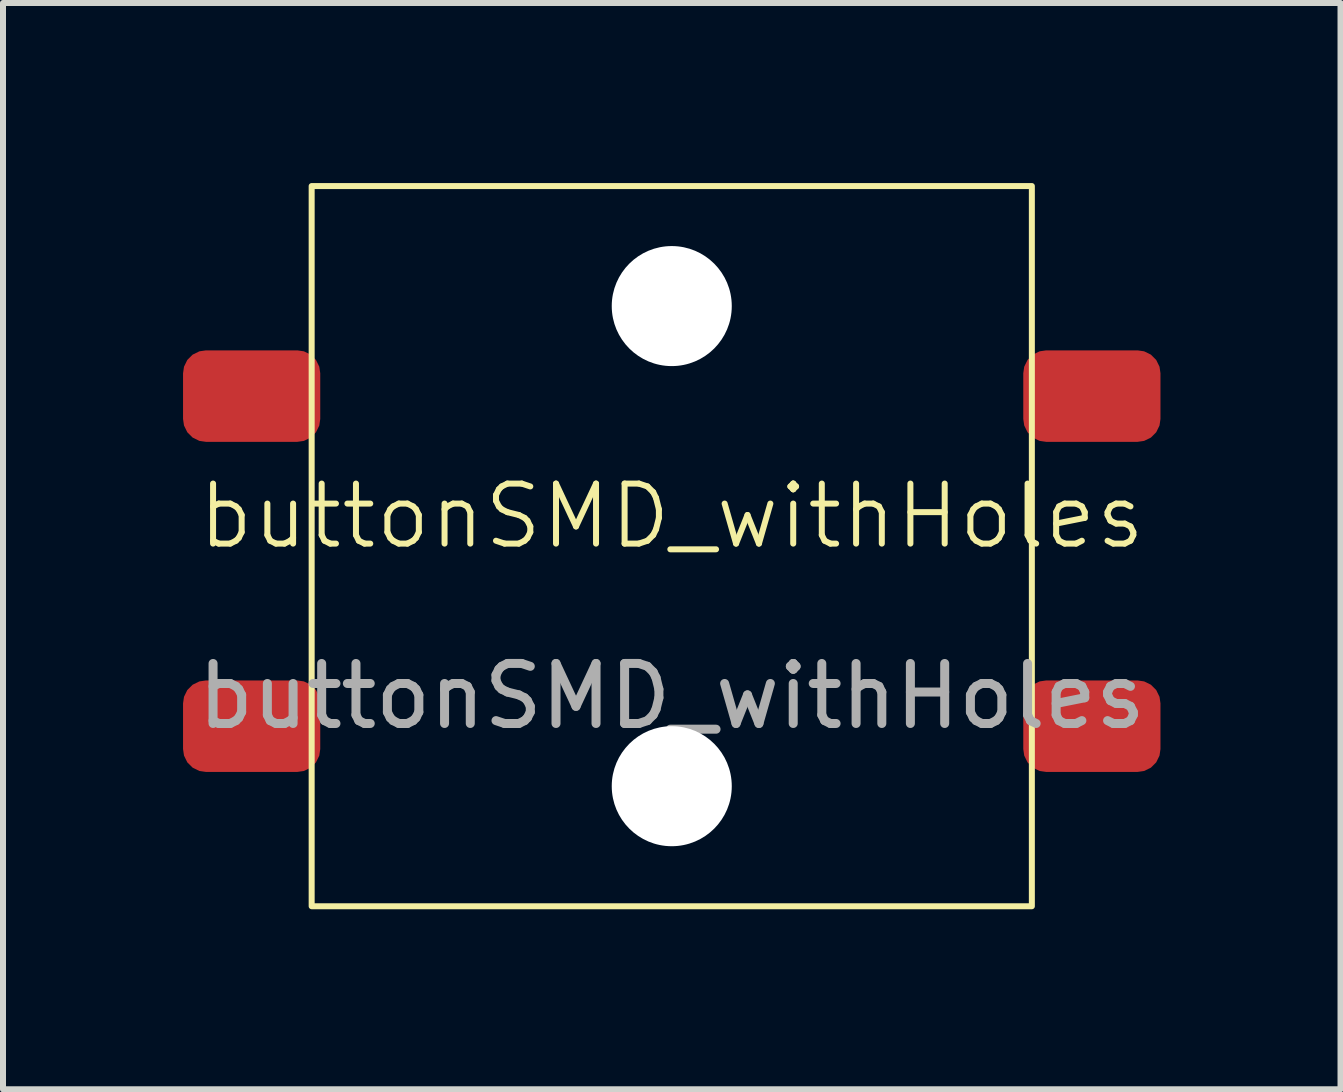
<source format=kicad_pcb>
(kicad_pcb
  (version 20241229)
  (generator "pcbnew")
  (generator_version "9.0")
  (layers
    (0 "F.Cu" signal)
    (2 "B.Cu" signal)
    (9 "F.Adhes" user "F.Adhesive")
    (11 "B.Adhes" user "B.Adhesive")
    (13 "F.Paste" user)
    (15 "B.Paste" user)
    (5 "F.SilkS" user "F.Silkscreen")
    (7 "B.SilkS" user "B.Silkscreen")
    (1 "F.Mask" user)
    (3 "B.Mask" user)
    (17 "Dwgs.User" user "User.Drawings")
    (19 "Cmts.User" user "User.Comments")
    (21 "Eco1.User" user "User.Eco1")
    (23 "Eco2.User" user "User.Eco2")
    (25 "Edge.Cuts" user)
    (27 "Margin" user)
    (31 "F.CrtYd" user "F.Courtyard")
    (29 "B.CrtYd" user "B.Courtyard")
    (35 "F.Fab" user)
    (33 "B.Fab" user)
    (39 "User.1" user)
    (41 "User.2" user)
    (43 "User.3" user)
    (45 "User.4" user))
  (footprint "buttonSMD_withHoles"
    (layer "F.Cu")
    (at 8.143 6.05)
    (property "Reference" "buttonSMD_withHoles" (at 0 -0.5 0) (unlocked yes) (layer "F.SilkS") (effects (font (size 1 1) (thickness 0.1))))
    (attr smd)
    (fp_rect (start -6 -6) (end 6 6) (stroke (width 0.1) (type default)) (fill no) (layer "F.SilkS"))
    (fp_text user "${REFERENCE}" (at 0 2.5 0) (unlocked yes) (layer "F.Fab") (effects (font (size 1 1) (thickness 0.15))))
    (pad "" np_thru_hole circle (at 0 -4) (size 2 2) (drill 2) (layers "*.Cu" "*.Mask"))
    (pad "" np_thru_hole circle (at 0 4) (size 2 2) (drill 2) (layers "*.Cu" "*.Mask"))
    (pad "1" smd roundrect (at -7 -2.5) (size 2.286 1.524) (layers "F.Cu" "F.Mask" "F.Paste") (roundrect_rratio 0.25))
    (pad "1" smd roundrect (at 7 -2.5) (size 2.286 1.524) (layers "F.Cu" "F.Mask" "F.Paste") (roundrect_rratio 0.25))
    (pad "2" smd roundrect (at -7 3) (size 2.286 1.524) (layers "F.Cu" "F.Mask" "F.Paste") (roundrect_rratio 0.25))
    (pad "2" smd roundrect (at 7 3) (size 2.286 1.524) (layers "F.Cu" "F.Mask" "F.Paste") (roundrect_rratio 0.25)))
  (gr_rect
    (start -3 -3)
    (end 19.286 15.1)
    (stroke (width 0.1) (type default))
    (fill no)
    (layer "Edge.Cuts")))
</source>
